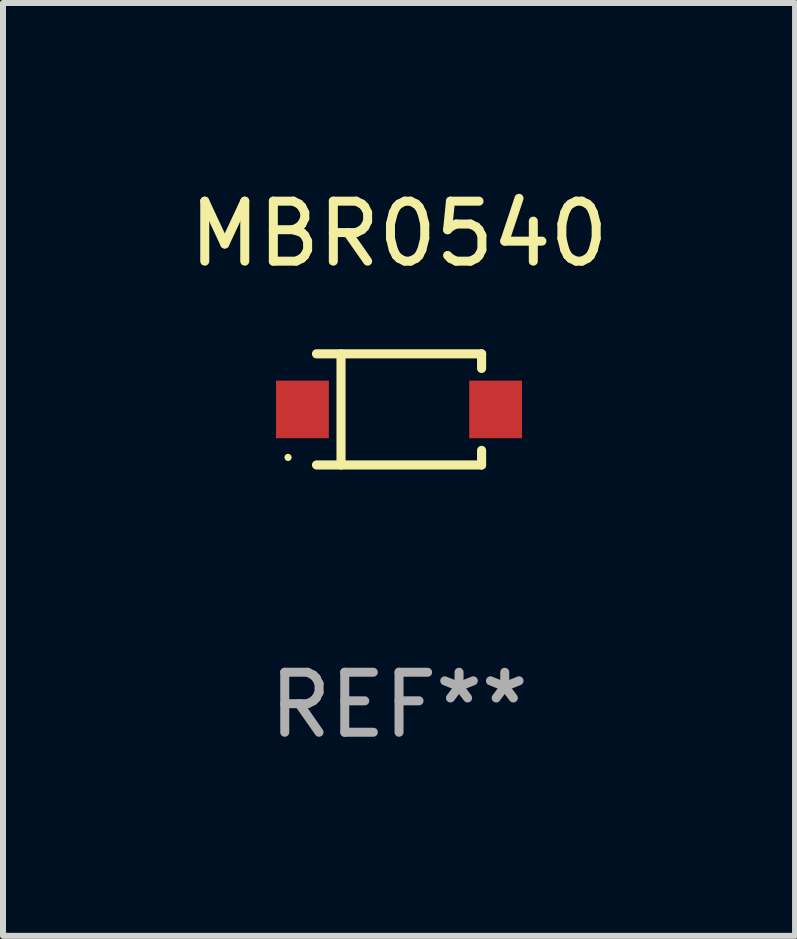
<source format=kicad_pcb>
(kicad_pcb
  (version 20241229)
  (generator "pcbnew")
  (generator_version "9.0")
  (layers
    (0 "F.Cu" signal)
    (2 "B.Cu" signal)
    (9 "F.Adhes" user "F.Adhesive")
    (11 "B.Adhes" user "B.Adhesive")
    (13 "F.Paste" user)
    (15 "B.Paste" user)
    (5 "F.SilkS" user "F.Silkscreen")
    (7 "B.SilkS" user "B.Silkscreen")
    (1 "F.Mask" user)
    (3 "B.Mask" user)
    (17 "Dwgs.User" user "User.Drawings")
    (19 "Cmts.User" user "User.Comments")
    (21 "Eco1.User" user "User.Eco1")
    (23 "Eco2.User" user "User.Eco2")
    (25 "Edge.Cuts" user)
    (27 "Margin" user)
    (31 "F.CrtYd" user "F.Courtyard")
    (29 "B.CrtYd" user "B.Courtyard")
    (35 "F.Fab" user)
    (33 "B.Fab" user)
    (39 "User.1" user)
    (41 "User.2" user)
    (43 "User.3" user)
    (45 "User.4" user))
  (footprint "MBR0540"
    (layer "F.Cu")
    (at 3.601 3.774)
    (property "Reference" "MBR0540" (at 0 -2.926 0) (layer "F.SilkS") (effects (font (size 1 1) (thickness 0.15))))
    (attr through_hole)
    (fp_line (start -1.376 -0.926) (end 1.376 -0.926) (stroke (width 0.152) (type solid)) (layer "F.SilkS"))
    (fp_line (start -1.376 0.926) (end 1.376 0.926) (stroke (width 0.152) (type solid)) (layer "F.SilkS"))
    (fp_line (start -0.967 -0.926) (end -0.967 0.926) (stroke (width 0.152) (type solid)) (layer "F.SilkS"))
    (fp_line (start 1.376 -0.926) (end 1.376 -0.683) (stroke (width 0.152) (type solid)) (layer "F.SilkS"))
    (fp_line (start 1.376 0.926) (end 1.376 0.683) (stroke (width 0.152) (type solid)) (layer "F.SilkS"))
    (fp_circle (center -1.85 0.8) (end -1.82 0.8) (stroke (width 0.06) (type solid)) (fill no) (layer "F.SilkS"))
    (fp_text user "REF**" (at 0 4.926 0) (layer "F.Fab") (effects (font (size 1 1) (thickness 0.15))))
    (pad "1" smd rect (at -1.61 0) (size 0.88 0.96) (layers "F.Cu" "F.Mask" "F.Paste"))
    (pad "2" smd rect (at 1.61 0) (size 0.88 0.96) (layers "F.Cu" "F.Mask" "F.Paste")))
  (gr_rect
    (start -3 -3)
    (end 10.202 12.549)
    (stroke (width 0.1) (type default))
    (fill no)
    (layer "Edge.Cuts")))
</source>
